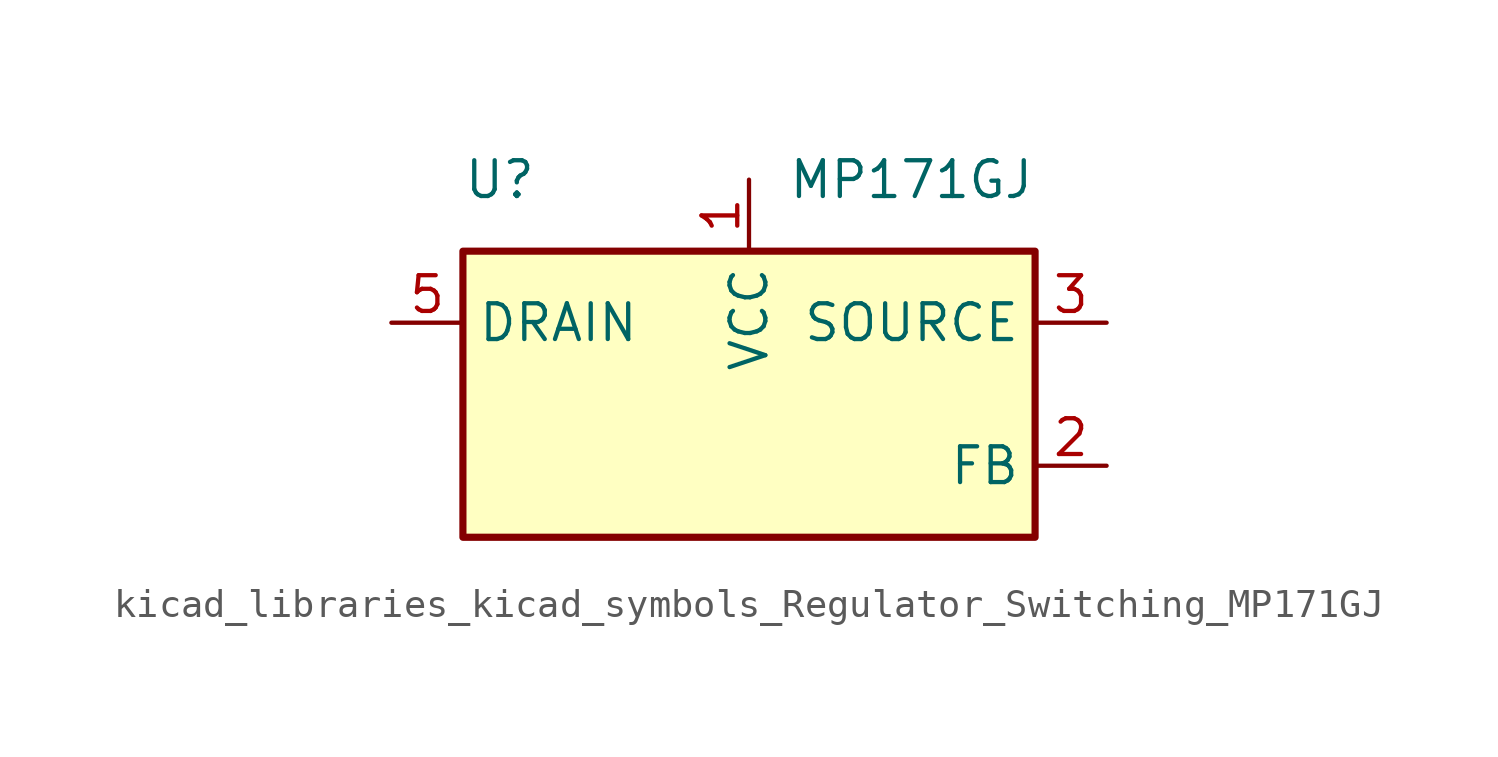
<source format=kicad_sym>
(kicad_symbol_lib
  (version 20220914)
  (generator kicad_symbol_editor)
  (symbol "kicad_libraries_kicad_symbols_Regulator_Switching_MP171GJ"
    (property "Reference" "U"
      (at -10.16 7.62 0)
      (effects (font (size 1.27 1.27)) (justify left)))
    (property "Value" "MP171GJ"
      (at 10.16 7.62 0)
      (effects (font (size 1.27 1.27)) (justify right)))
    (symbol "kicad_libraries_kicad_symbols_Regulator_Switching_MP171GJ_0_1"
      (rectangle (start 10.16 5.08) (end -10.16 -5.08) (stroke (width 0.254) (type default)) (fill (type background))))
    (symbol "kicad_libraries_kicad_symbols_Regulator_Switching_MP171GJ_1_1"
      (pin power_in line (at 0 7.62 270) (length 2.54) (name "VCC" (effects (font (size 1.27 1.27)))) (number "1" (effects (font (size 1.27 1.27)))))
      (pin passive line (at 12.7 -2.54 180) (length 2.54) (name "FB" (effects (font (size 1.27 1.27)))) (number "2" (effects (font (size 1.27 1.27)))))
      (pin power_out line (at 12.7 2.54 180) (length 2.54) (name "SOURCE" (effects (font (size 1.27 1.27)))) (number "3" (effects (font (size 1.27 1.27)))))
      (pin passive line (at 12.7 2.54 180) (length 2.54) hide (name "SOURCE" (effects (font (size 1.27 1.27)))) (number "4" (effects (font (size 1.27 1.27)))))
      (pin power_in line (at -12.7 2.54 0) (length 2.54) (name "DRAIN" (effects (font (size 1.27 1.27)))) (number "5" (effects (font (size 1.27 1.27))))))))
</source>
